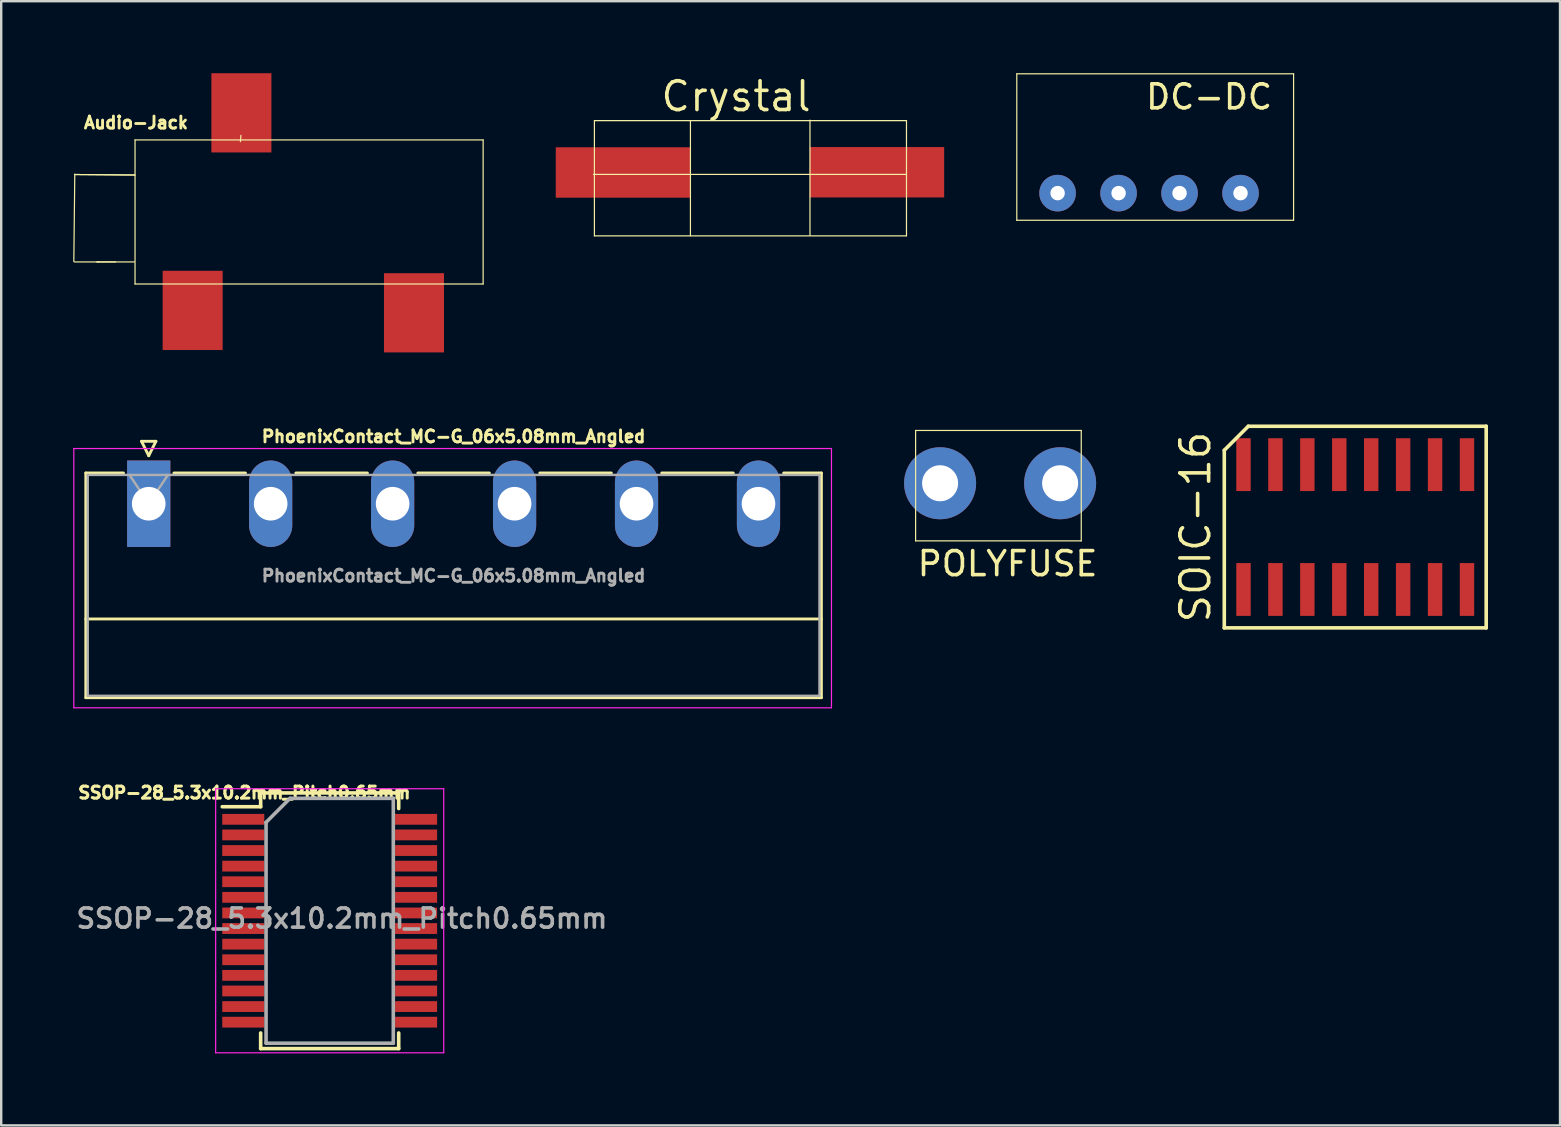
<source format=kicad_pcb>
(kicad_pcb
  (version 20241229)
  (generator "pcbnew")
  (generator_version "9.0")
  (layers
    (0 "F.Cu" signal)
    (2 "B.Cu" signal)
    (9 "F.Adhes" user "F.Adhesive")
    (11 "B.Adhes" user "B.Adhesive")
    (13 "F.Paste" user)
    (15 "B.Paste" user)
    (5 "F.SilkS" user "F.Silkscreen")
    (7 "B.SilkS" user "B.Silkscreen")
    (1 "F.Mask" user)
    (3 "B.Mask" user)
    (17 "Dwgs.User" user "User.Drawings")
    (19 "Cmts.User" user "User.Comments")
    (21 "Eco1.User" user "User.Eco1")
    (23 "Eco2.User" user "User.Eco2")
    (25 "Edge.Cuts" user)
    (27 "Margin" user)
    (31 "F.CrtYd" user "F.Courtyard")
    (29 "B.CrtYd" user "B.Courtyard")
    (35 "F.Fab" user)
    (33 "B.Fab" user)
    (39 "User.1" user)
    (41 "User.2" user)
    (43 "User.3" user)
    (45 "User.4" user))
  (footprint "Crystal"
    (layer "F.Cu")
    (at 25.69 1.955)
    (property "Reference" "Crystal" (at 1.92 -0.99 180) (layer "F.SilkS") (effects (font (size 1.2 1.2) (thickness 0.15))))
    (attr through_hole)
    (fp_line (start -4.02 2.26) (end 9.02 2.26) (stroke (width 0.05) (type solid)) (layer "F.SilkS"))
    (fp_line (start -3.98 0.02) (end 9.02 0.02) (stroke (width 0.05) (type solid)) (layer "F.SilkS"))
    (fp_line (start -3.98 4.82) (end -3.98 0.02) (stroke (width 0.05) (type solid)) (layer "F.SilkS"))
    (fp_line (start 0.02 0.02) (end 0.02 4.82) (stroke (width 0.05) (type solid)) (layer "F.SilkS"))
    (fp_line (start 5 0) (end 5 4.8) (stroke (width 0.05) (type solid)) (layer "F.SilkS"))
    (fp_line (start 9.02 0.02) (end 9.02 4.82) (stroke (width 0.05) (type solid)) (layer "F.SilkS"))
    (fp_line (start 9.02 4.82) (end -3.98 4.82) (stroke (width 0.05) (type solid)) (layer "F.SilkS"))
    (pad "1" smd rect (at -2.79 2.18) (size 5.6 2.1) (layers "F.Cu" "F.Mask" "F.Paste"))
    (pad "2" smd rect (at 7.79 2.17) (size 5.6 2.1) (layers "F.Cu" "F.Mask" "F.Paste")))
  (footprint "SSOP-28_5.3x10.2mm_Pitch0.65mm"
    (layer "F.Cu")
    (at 10.683 35.304)
    (property "Reference" "SSOP-28_5.3x10.2mm_Pitch0.65mm" (at -3.556 -5.334 0) (layer "F.SilkS") (effects (font (size 0.5 0.5) (thickness 0.125))))
    (attr smd)
    (fp_line (start -2.875 -5.325) (end -2.875 -4.75) (stroke (width 0.15) (type solid)) (layer "F.SilkS"))
    (fp_line (start -2.875 -5.325) (end 2.875 -5.325) (stroke (width 0.15) (type solid)) (layer "F.SilkS"))
    (fp_line (start -2.875 -4.75) (end -4.475 -4.75) (stroke (width 0.15) (type solid)) (layer "F.SilkS"))
    (fp_line (start -2.875 5.325) (end -2.875 4.675) (stroke (width 0.15) (type solid)) (layer "F.SilkS"))
    (fp_line (start -2.875 5.325) (end 2.875 5.325) (stroke (width 0.15) (type solid)) (layer "F.SilkS"))
    (fp_line (start 2.875 -5.325) (end 2.875 -4.675) (stroke (width 0.15) (type solid)) (layer "F.SilkS"))
    (fp_line (start 2.875 5.325) (end 2.875 4.675) (stroke (width 0.15) (type solid)) (layer "F.SilkS"))
    (fp_line (start -4.75 -5.5) (end -4.75 5.5) (stroke (width 0.05) (type solid)) (layer "F.CrtYd"))
    (fp_line (start -4.75 -5.5) (end 4.75 -5.5) (stroke (width 0.05) (type solid)) (layer "F.CrtYd"))
    (fp_line (start -4.75 5.5) (end 4.75 5.5) (stroke (width 0.05) (type solid)) (layer "F.CrtYd"))
    (fp_line (start 4.75 -5.5) (end 4.75 5.5) (stroke (width 0.05) (type solid)) (layer "F.CrtYd"))
    (fp_line (start -2.65 -4.1) (end -1.65 -5.1) (stroke (width 0.15) (type solid)) (layer "F.Fab"))
    (fp_line (start -2.65 5.1) (end -2.65 -4.1) (stroke (width 0.15) (type solid)) (layer "F.Fab"))
    (fp_line (start -1.65 -5.1) (end 2.65 -5.1) (stroke (width 0.15) (type solid)) (layer "F.Fab"))
    (fp_line (start 2.65 -5.1) (end 2.65 5.1) (stroke (width 0.15) (type solid)) (layer "F.Fab"))
    (fp_line (start 2.65 5.1) (end -2.65 5.1) (stroke (width 0.15) (type solid)) (layer "F.Fab"))
    (fp_text user "${REFERENCE}" (at 0.51 -0.096 0) (layer "F.Fab") (effects (font (size 0.8 0.8) (thickness 0.15))))
    (pad "1" smd rect (at -3.6 -4.225) (size 1.75 0.45) (layers "F.Cu" "F.Mask" "F.Paste"))
    (pad "2" smd rect (at -3.6 -3.575) (size 1.75 0.45) (layers "F.Cu" "F.Mask" "F.Paste"))
    (pad "3" smd rect (at -3.6 -2.925) (size 1.75 0.45) (layers "F.Cu" "F.Mask" "F.Paste"))
    (pad "4" smd rect (at -3.6 -2.275) (size 1.75 0.45) (layers "F.Cu" "F.Mask" "F.Paste"))
    (pad "5" smd rect (at -3.6 -1.625) (size 1.75 0.45) (layers "F.Cu" "F.Mask" "F.Paste"))
    (pad "6" smd rect (at -3.6 -0.975) (size 1.75 0.45) (layers "F.Cu" "F.Mask" "F.Paste"))
    (pad "7" smd rect (at -3.6 -0.325) (size 1.75 0.45) (layers "F.Cu" "F.Mask" "F.Paste"))
    (pad "8" smd rect (at -3.6 0.325) (size 1.75 0.45) (layers "F.Cu" "F.Mask" "F.Paste"))
    (pad "9" smd rect (at -3.6 0.975) (size 1.75 0.45) (layers "F.Cu" "F.Mask" "F.Paste"))
    (pad "10" smd rect (at -3.6 1.625) (size 1.75 0.45) (layers "F.Cu" "F.Mask" "F.Paste"))
    (pad "11" smd rect (at -3.6 2.275) (size 1.75 0.45) (layers "F.Cu" "F.Mask" "F.Paste"))
    (pad "12" smd rect (at -3.6 2.925) (size 1.75 0.45) (layers "F.Cu" "F.Mask" "F.Paste"))
    (pad "13" smd rect (at -3.6 3.575) (size 1.75 0.45) (layers "F.Cu" "F.Mask" "F.Paste"))
    (pad "14" smd rect (at -3.6 4.225) (size 1.75 0.45) (layers "F.Cu" "F.Mask" "F.Paste"))
    (pad "15" smd rect (at 3.6 4.225) (size 1.75 0.45) (layers "F.Cu" "F.Mask" "F.Paste"))
    (pad "16" smd rect (at 3.6 3.575) (size 1.75 0.45) (layers "F.Cu" "F.Mask" "F.Paste"))
    (pad "17" smd rect (at 3.6 2.925) (size 1.75 0.45) (layers "F.Cu" "F.Mask" "F.Paste"))
    (pad "18" smd rect (at 3.6 2.275) (size 1.75 0.45) (layers "F.Cu" "F.Mask" "F.Paste"))
    (pad "19" smd rect (at 3.6 1.625) (size 1.75 0.45) (layers "F.Cu" "F.Mask" "F.Paste"))
    (pad "20" smd rect (at 3.6 0.975) (size 1.75 0.45) (layers "F.Cu" "F.Mask" "F.Paste"))
    (pad "21" smd rect (at 3.6 0.325) (size 1.75 0.45) (layers "F.Cu" "F.Mask" "F.Paste"))
    (pad "22" smd rect (at 3.6 -0.325) (size 1.75 0.45) (layers "F.Cu" "F.Mask" "F.Paste"))
    (pad "23" smd rect (at 3.6 -0.975) (size 1.75 0.45) (layers "F.Cu" "F.Mask" "F.Paste"))
    (pad "24" smd rect (at 3.6 -1.625) (size 1.75 0.45) (layers "F.Cu" "F.Mask" "F.Paste"))
    (pad "25" smd rect (at 3.6 -2.275) (size 1.75 0.45) (layers "F.Cu" "F.Mask" "F.Paste"))
    (pad "26" smd rect (at 3.6 -2.925) (size 1.75 0.45) (layers "F.Cu" "F.Mask" "F.Paste"))
    (pad "27" smd rect (at 3.6 -3.575) (size 1.75 0.45) (layers "F.Cu" "F.Mask" "F.Paste"))
    (pad "28" smd rect (at 3.6 -4.225) (size 1.75 0.45) (layers "F.Cu" "F.Mask" "F.Paste")))
  (footprint "Audio-Jack"
    (layer "F.Cu")
    (at 2.575 2.78)
    (property "Reference" "Audio-Jack" (at 0.04 -0.72 0) (layer "F.SilkS") (effects (font (size 0.5 0.5) (thickness 0.12))))
    (attr through_hole)
    (fp_line (start -2.55 5.06) (end -2.51 1.43) (stroke (width 0.05) (type solid)) (layer "F.SilkS"))
    (fp_line (start -2.51 1.43) (end -2.52 1.44) (stroke (width 0.05) (type solid)) (layer "F.SilkS"))
    (fp_line (start -2.5 1.44) (end -0.01 1.46) (stroke (width 0.05) (type solid)) (layer "F.SilkS"))
    (fp_line (start -1.58 5.08) (end -2.53 5.08) (stroke (width 0.05) (type solid)) (layer "F.SilkS"))
    (fp_line (start -1.55 5.08) (end -0.03 5.08) (stroke (width 0.05) (type solid)) (layer "F.SilkS"))
    (fp_line (start -1.51 5.08) (end -1.6 5.08) (stroke (width 0.05) (type solid)) (layer "F.SilkS"))
    (fp_line (start -0.81 5.08) (end -1.55 5.08) (stroke (width 0.05) (type solid)) (layer "F.SilkS"))
    (fp_line (start 0 0) (end 14.5 0) (stroke (width 0.05) (type solid)) (layer "F.SilkS"))
    (fp_line (start 0 1.46) (end -2.5 1.44) (stroke (width 0.05) (type solid)) (layer "F.SilkS"))
    (fp_line (start 0 6) (end 0 0) (stroke (width 0.05) (type solid)) (layer "F.SilkS"))
    (fp_line (start 4.39 0.07) (end 4.41 -0.19) (stroke (width 0.05) (type solid)) (layer "F.SilkS"))
    (fp_line (start 14.5 0) (end 14.5 6) (stroke (width 0.05) (type solid)) (layer "F.SilkS"))
    (fp_line (start 14.5 6) (end 0 6) (stroke (width 0.05) (type solid)) (layer "F.SilkS"))
    (pad "1" smd rect (at 2.4 7.1) (size 2.5 3.3) (layers "F.Cu" "F.Mask" "F.Paste"))
    (pad "2" smd rect (at 11.62 7.2) (size 2.5 3.3) (layers "F.Cu" "F.Mask" "F.Paste"))
    (pad "3" smd rect (at 4.43 -1.13) (size 2.5 3.3) (layers "F.Cu" "F.Mask" "F.Paste")))
  (footprint "POLYFUSE"
    (layer "F.Cu")
    (at 35.09 14.88)
    (property "Reference" "POLYFUSE" (at 3.83 5.55 0) (layer "F.SilkS") (effects (font (size 1 1) (thickness 0.15))))
    (attr through_hole)
    (fp_line (start 0 0) (end 6.9 0) (stroke (width 0.05) (type solid)) (layer "F.SilkS"))
    (fp_line (start 0 4.6) (end 0 0) (stroke (width 0.05) (type solid)) (layer "F.SilkS"))
    (fp_line (start 6.9 0) (end 6.9 4.6) (stroke (width 0.05) (type solid)) (layer "F.SilkS"))
    (fp_line (start 6.9 4.6) (end 0 4.6) (stroke (width 0.05) (type solid)) (layer "F.SilkS"))
    (pad "1" thru_hole circle (at 1.02 2.2) (size 3 3) (drill 1.5) (layers "*.Cu" "*.Mask"))
    (pad "2" thru_hole circle (at 6.02 2.2) (size 3 3) (drill 1.5) (layers "*.Cu" "*.Mask")))
  (footprint "PhoenixContact_MC-G_06x5.08mm_Angled"
    (layer "F.Cu")
    (at 3.145 17.933)
    (property "Reference" "PhoenixContact_MC-G_06x5.08mm_Angled" (at 12.7 -2.8 0) (layer "F.SilkS") (effects (font (size 0.5 0.5) (thickness 0.12))))
    (attr through_hole)
    (fp_line (start -2.62 -1.28) (end -2.62 8.08) (stroke (width 0.12) (type solid)) (layer "F.SilkS"))
    (fp_line (start -2.62 -1.28) (end -1.05 -1.28) (stroke (width 0.12) (type solid)) (layer "F.SilkS"))
    (fp_line (start -2.62 4.8) (end 28.02 4.8) (stroke (width 0.12) (type solid)) (layer "F.SilkS"))
    (fp_line (start -2.62 8.08) (end 28.02 8.08) (stroke (width 0.12) (type solid)) (layer "F.SilkS"))
    (fp_line (start -0.3 -2.6) (end 0.3 -2.6) (stroke (width 0.12) (type solid)) (layer "F.SilkS"))
    (fp_line (start 0 -2) (end -0.3 -2.6) (stroke (width 0.12) (type solid)) (layer "F.SilkS"))
    (fp_line (start 0.3 -2.6) (end 0 -2) (stroke (width 0.12) (type solid)) (layer "F.SilkS"))
    (fp_line (start 1.05 -1.28) (end 4.03 -1.28) (stroke (width 0.12) (type solid)) (layer "F.SilkS"))
    (fp_line (start 6.13 -1.28) (end 9.11 -1.28) (stroke (width 0.12) (type solid)) (layer "F.SilkS"))
    (fp_line (start 11.21 -1.28) (end 14.19 -1.28) (stroke (width 0.12) (type solid)) (layer "F.SilkS"))
    (fp_line (start 16.29 -1.28) (end 19.27 -1.28) (stroke (width 0.12) (type solid)) (layer "F.SilkS"))
    (fp_line (start 21.37 -1.28) (end 24.35 -1.28) (stroke (width 0.12) (type solid)) (layer "F.SilkS"))
    (fp_line (start 28.02 -1.28) (end 26.45 -1.28) (stroke (width 0.12) (type solid)) (layer "F.SilkS"))
    (fp_line (start 28.02 8.08) (end 28.02 -1.28) (stroke (width 0.12) (type solid)) (layer "F.SilkS"))
    (fp_line (start -3.12 -2.3) (end -3.12 8.5) (stroke (width 0.05) (type solid)) (layer "F.CrtYd"))
    (fp_line (start -3.12 8.5) (end 28.44 8.5) (stroke (width 0.05) (type solid)) (layer "F.CrtYd"))
    (fp_line (start 28.44 -2.3) (end -3.12 -2.3) (stroke (width 0.05) (type solid)) (layer "F.CrtYd"))
    (fp_line (start 28.44 8.5) (end 28.44 -2.3) (stroke (width 0.05) (type solid)) (layer "F.CrtYd"))
    (fp_line (start -2.54 -1.2) (end -2.54 8) (stroke (width 0.1) (type solid)) (layer "F.Fab"))
    (fp_line (start -2.54 8) (end 27.94 8) (stroke (width 0.1) (type solid)) (layer "F.Fab"))
    (fp_line (start 0 0) (end -0.8 -1.2) (stroke (width 0.1) (type solid)) (layer "F.Fab"))
    (fp_line (start 0.8 -1.2) (end 0 0) (stroke (width 0.1) (type solid)) (layer "F.Fab"))
    (fp_line (start 27.94 -1.2) (end -2.54 -1.2) (stroke (width 0.1) (type solid)) (layer "F.Fab"))
    (fp_line (start 27.94 8) (end 27.94 -1.2) (stroke (width 0.1) (type solid)) (layer "F.Fab"))
    (fp_text user "${REFERENCE}" (at 12.7 3 0) (layer "F.Fab") (effects (font (size 0.5 0.5) (thickness 0.12))))
    (pad "1" thru_hole rect (at 0 0) (size 1.8 3.6) (drill 1.4) (layers "*.Cu" "*.Mask"))
    (pad "2" thru_hole oval (at 5.08 0) (size 1.8 3.6) (drill 1.4) (layers "*.Cu" "*.Mask"))
    (pad "3" thru_hole oval (at 10.16 0) (size 1.8 3.6) (drill 1.4) (layers "*.Cu" "*.Mask"))
    (pad "4" thru_hole oval (at 15.24 0) (size 1.8 3.6) (drill 1.4) (layers "*.Cu" "*.Mask"))
    (pad "5" thru_hole oval (at 20.32 0) (size 1.8 3.6) (drill 1.4) (layers "*.Cu" "*.Mask"))
    (pad "6" thru_hole oval (at 25.4 0) (size 1.8 3.6) (drill 1.4) (layers "*.Cu" "*.Mask")))
  (footprint "SOIC-16"
    (layer "F.Cu")
    (at 53.403 18.905)
    (property "Reference" "SOIC-16" (at -6.655 0 90) (layer "F.SilkS") (effects (font (size 1.2 1.2) (thickness 0.15))))
    (attr through_hole)
    (fp_line (start -5.455 -3.2) (end -5.455 4.2) (stroke (width 0.15) (type solid)) (layer "F.SilkS"))
    (fp_line (start -5.455 4.2) (end 5.455 4.2) (stroke (width 0.15) (type solid)) (layer "F.SilkS"))
    (fp_line (start -4.455 -4.2) (end -5.455 -3.2) (stroke (width 0.15) (type solid)) (layer "F.SilkS"))
    (fp_line (start 5.455 -4.2) (end -4.455 -4.2) (stroke (width 0.15) (type solid)) (layer "F.SilkS"))
    (fp_line (start 5.455 4.2) (end 5.455 -4.2) (stroke (width 0.15) (type solid)) (layer "F.SilkS"))
    (pad "1" smd rect (at -4.655 2.6) (size 0.6 2.2) (layers "F.Cu" "F.Mask" "F.Paste"))
    (pad "2" smd rect (at -3.325 2.6) (size 0.6 2.2) (layers "F.Cu" "F.Mask" "F.Paste"))
    (pad "3" smd rect (at -1.995 2.6) (size 0.6 2.2) (layers "F.Cu" "F.Mask" "F.Paste"))
    (pad "4" smd rect (at -0.665 2.6) (size 0.6 2.2) (layers "F.Cu" "F.Mask" "F.Paste"))
    (pad "5" smd rect (at 0.665 2.6) (size 0.6 2.2) (layers "F.Cu" "F.Mask" "F.Paste"))
    (pad "6" smd rect (at 1.995 2.6) (size 0.6 2.2) (layers "F.Cu" "F.Mask" "F.Paste"))
    (pad "7" smd rect (at 3.325 2.6) (size 0.6 2.2) (layers "F.Cu" "F.Mask" "F.Paste"))
    (pad "8" smd rect (at 4.655 2.6) (size 0.6 2.2) (layers "F.Cu" "F.Mask" "F.Paste"))
    (pad "9" smd rect (at 4.655 -2.6) (size 0.6 2.2) (layers "F.Cu" "F.Mask" "F.Paste"))
    (pad "10" smd rect (at 3.325 -2.6) (size 0.6 2.2) (layers "F.Cu" "F.Mask" "F.Paste"))
    (pad "11" smd rect (at 1.995 -2.6) (size 0.6 2.2) (layers "F.Cu" "F.Mask" "F.Paste"))
    (pad "12" smd rect (at 0.665 -2.6) (size 0.6 2.2) (layers "F.Cu" "F.Mask" "F.Paste"))
    (pad "13" smd rect (at -0.665 -2.6) (size 0.6 2.2) (layers "F.Cu" "F.Mask" "F.Paste"))
    (pad "14" smd rect (at -1.995 -2.6) (size 0.6 2.2) (layers "F.Cu" "F.Mask" "F.Paste"))
    (pad "15" smd rect (at -3.325 -2.6) (size 0.6 2.2) (layers "F.Cu" "F.Mask" "F.Paste"))
    (pad "16" smd rect (at -4.655 -2.6) (size 0.6 2.2) (layers "F.Cu" "F.Mask" "F.Paste")))
  (footprint "DC-DC"
    (layer "F.Cu")
    (at 42.275 2.265)
    (property "Reference" "DC-DC" (at 5.04 -1.28 180) (layer "F.SilkS") (effects (font (size 1 1) (thickness 0.15))))
    (attr through_hole)
    (fp_line (start -2.97 -2.24) (end -2.97 3.86) (stroke (width 0.05) (type solid)) (layer "F.SilkS"))
    (fp_line (start -2.97 3.86) (end 8.56 3.86) (stroke (width 0.05) (type solid)) (layer "F.SilkS"))
    (fp_line (start 8.56 -2.24) (end -2.97 -2.24) (stroke (width 0.05) (type solid)) (layer "F.SilkS"))
    (fp_line (start 8.56 3.86) (end 8.56 -2.24) (stroke (width 0.05) (type solid)) (layer "F.SilkS"))
    (pad "1" thru_hole circle (at -1.27 2.73 180) (size 1.524 1.524) (drill 0.6) (layers "*.Cu" "*.Mask"))
    (pad "2" thru_hole circle (at 1.27 2.73 180) (size 1.524 1.524) (drill 0.6) (layers "*.Cu" "*.Mask"))
    (pad "3" thru_hole circle (at 3.81 2.73 180) (size 1.524 1.524) (drill 0.6) (layers "*.Cu" "*.Mask"))
    (pad "4" thru_hole circle (at 6.35 2.73 180) (size 1.524 1.524) (drill 0.6) (layers "*.Cu" "*.Mask")))
  (gr_rect
    (start -3 -3)
    (end 61.933 43.829)
    (stroke (width 0.1) (type default))
    (fill no)
    (layer "Edge.Cuts")))
</source>
